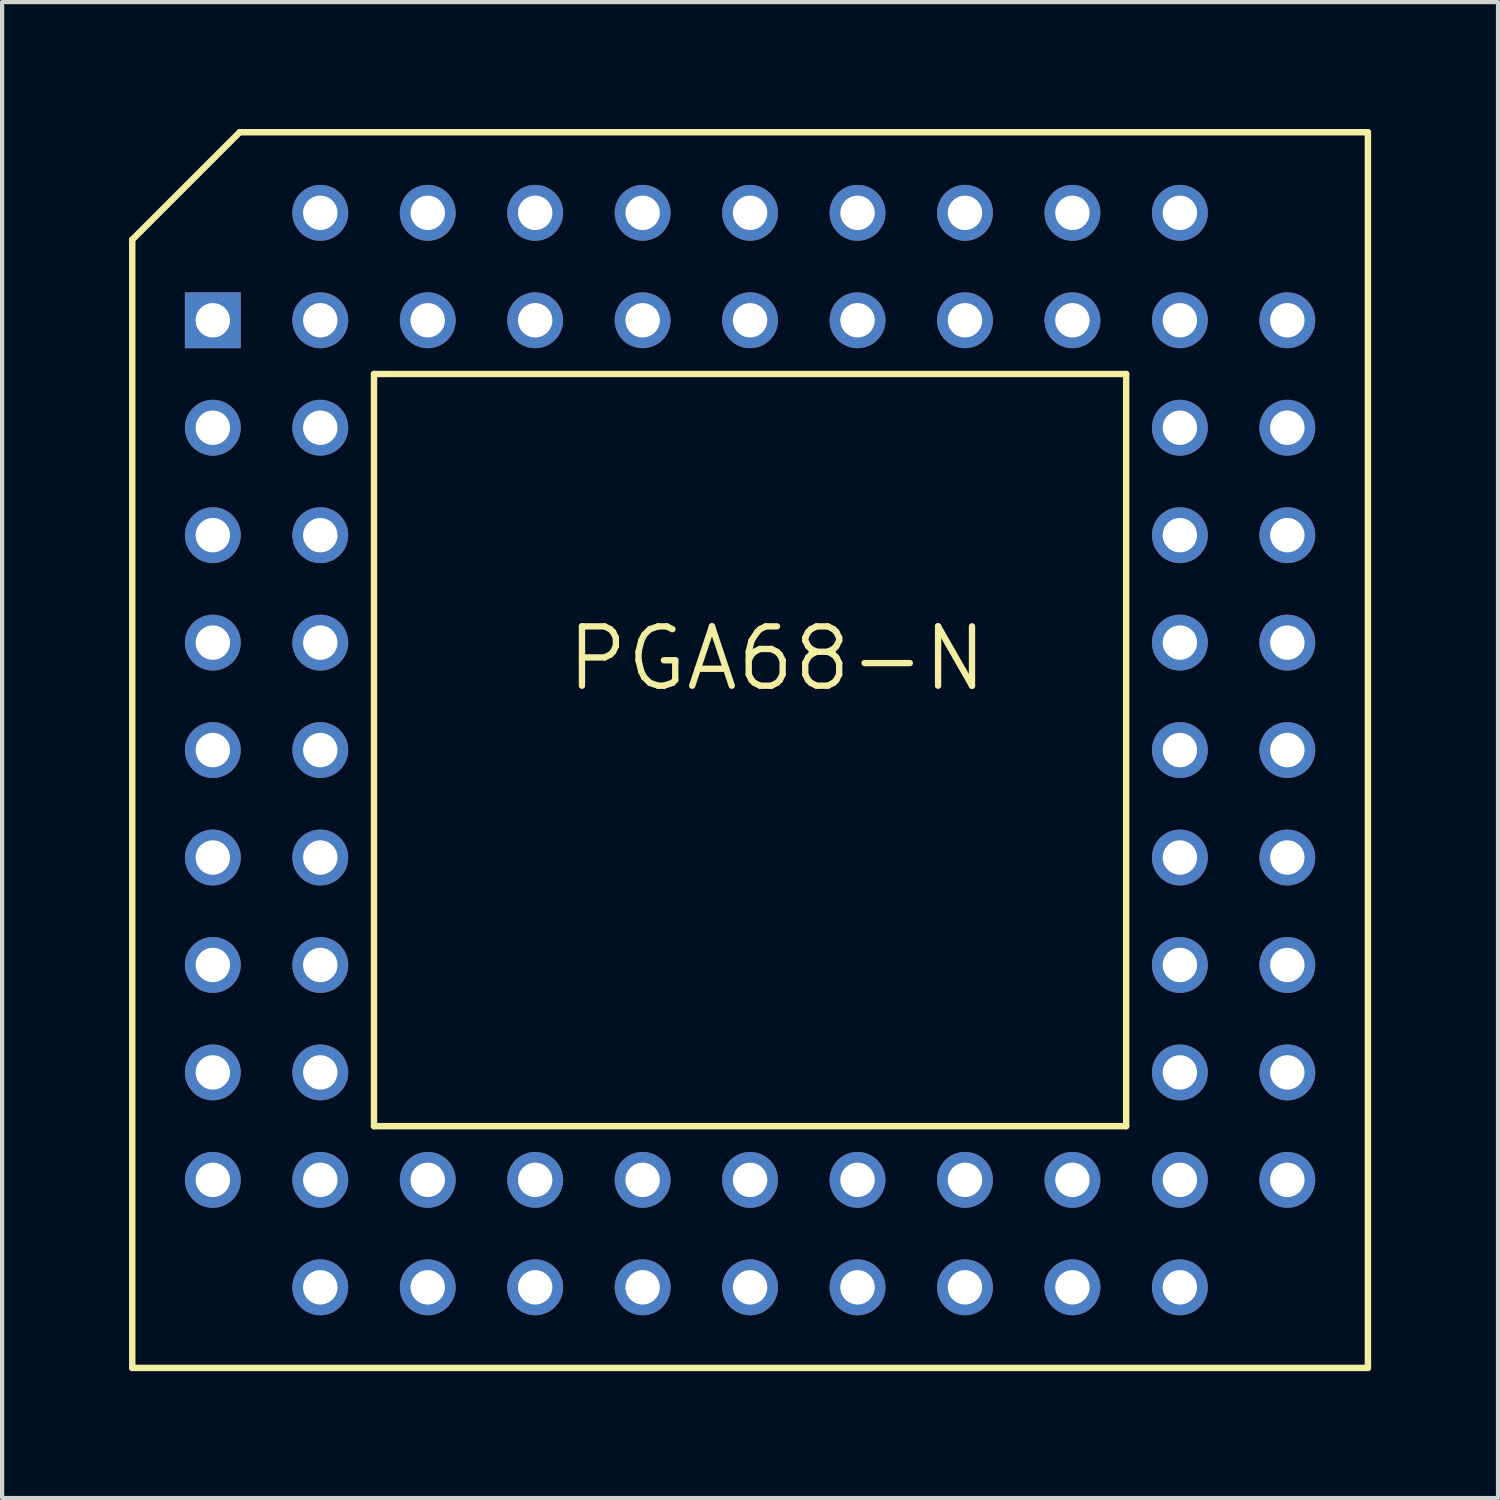
<source format=kicad_pcb>
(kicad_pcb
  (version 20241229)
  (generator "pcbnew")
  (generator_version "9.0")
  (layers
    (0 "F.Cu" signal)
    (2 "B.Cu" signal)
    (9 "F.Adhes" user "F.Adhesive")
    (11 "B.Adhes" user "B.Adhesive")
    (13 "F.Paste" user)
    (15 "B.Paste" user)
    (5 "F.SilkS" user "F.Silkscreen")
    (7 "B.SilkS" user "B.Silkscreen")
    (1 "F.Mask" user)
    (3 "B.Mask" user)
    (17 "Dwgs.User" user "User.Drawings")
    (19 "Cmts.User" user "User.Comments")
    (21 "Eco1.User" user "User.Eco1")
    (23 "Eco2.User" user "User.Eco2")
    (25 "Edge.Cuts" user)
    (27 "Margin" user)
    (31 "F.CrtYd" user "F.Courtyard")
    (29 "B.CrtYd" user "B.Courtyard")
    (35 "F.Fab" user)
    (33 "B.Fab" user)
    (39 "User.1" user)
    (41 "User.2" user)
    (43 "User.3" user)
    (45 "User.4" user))
  (footprint "PGA68-N"
    (layer "F.Cu")
    (at 14.681 14.681)
    (property "Reference" "PGA68-N" (at 0.636 -2.163 0) (layer "F.SilkS") (effects (font (size 1.403 1.403) (thickness 0.15))))
    (attr through_hole)
    (fp_line (start -14.605 -12.065) (end -12.065 -14.605) (stroke (width 0.152) (type solid)) (layer "F.SilkS"))
    (fp_line (start -14.605 14.605) (end -14.605 -12.065) (stroke (width 0.152) (type solid)) (layer "F.SilkS"))
    (fp_line (start -12.065 -14.605) (end 14.605 -14.605) (stroke (width 0.152) (type solid)) (layer "F.SilkS"))
    (fp_line (start -8.89 8.89) (end -8.89 -8.89) (stroke (width 0.152) (type solid)) (layer "F.SilkS"))
    (fp_line (start -8.89 8.89) (end 8.89 8.89) (stroke (width 0.152) (type solid)) (layer "F.SilkS"))
    (fp_line (start 8.89 -8.89) (end -8.89 -8.89) (stroke (width 0.152) (type solid)) (layer "F.SilkS"))
    (fp_line (start 8.89 -8.89) (end 8.89 8.89) (stroke (width 0.152) (type solid)) (layer "F.SilkS"))
    (fp_line (start 14.605 -14.605) (end 14.605 14.605) (stroke (width 0.152) (type solid)) (layer "F.SilkS"))
    (fp_line (start 14.605 14.605) (end -14.605 14.605) (stroke (width 0.152) (type solid)) (layer "F.SilkS"))
    (pad "1" thru_hole rect (at -12.7 -10.16) (size 1.321 1.321) (drill 0.813) (layers "*.Cu" "*.Mask"))
    (pad "2" thru_hole circle (at -10.16 -10.16) (size 1.321 1.321) (drill 0.813) (layers "*.Cu" "*.Mask"))
    (pad "3" thru_hole circle (at -12.7 -7.62) (size 1.321 1.321) (drill 0.813) (layers "*.Cu" "*.Mask"))
    (pad "4" thru_hole circle (at -10.16 -7.62) (size 1.321 1.321) (drill 0.813) (layers "*.Cu" "*.Mask"))
    (pad "5" thru_hole circle (at -12.7 -5.08) (size 1.321 1.321) (drill 0.813) (layers "*.Cu" "*.Mask"))
    (pad "6" thru_hole circle (at -10.16 -5.08) (size 1.321 1.321) (drill 0.813) (layers "*.Cu" "*.Mask"))
    (pad "7" thru_hole circle (at -12.7 -2.54) (size 1.321 1.321) (drill 0.813) (layers "*.Cu" "*.Mask"))
    (pad "8" thru_hole circle (at -10.16 -2.54) (size 1.321 1.321) (drill 0.813) (layers "*.Cu" "*.Mask"))
    (pad "9" thru_hole circle (at -12.7 0) (size 1.321 1.321) (drill 0.813) (layers "*.Cu" "*.Mask"))
    (pad "10" thru_hole circle (at -10.16 0) (size 1.321 1.321) (drill 0.813) (layers "*.Cu" "*.Mask"))
    (pad "11" thru_hole circle (at -12.7 2.54) (size 1.321 1.321) (drill 0.813) (layers "*.Cu" "*.Mask"))
    (pad "12" thru_hole circle (at -10.16 2.54) (size 1.321 1.321) (drill 0.813) (layers "*.Cu" "*.Mask"))
    (pad "13" thru_hole circle (at -12.7 5.08) (size 1.321 1.321) (drill 0.813) (layers "*.Cu" "*.Mask"))
    (pad "14" thru_hole circle (at -10.16 5.08) (size 1.321 1.321) (drill 0.813) (layers "*.Cu" "*.Mask"))
    (pad "15" thru_hole circle (at -12.7 7.62) (size 1.321 1.321) (drill 0.813) (layers "*.Cu" "*.Mask"))
    (pad "16" thru_hole circle (at -10.16 7.62) (size 1.321 1.321) (drill 0.813) (layers "*.Cu" "*.Mask"))
    (pad "17" thru_hole circle (at -12.7 10.16) (size 1.321 1.321) (drill 0.813) (layers "*.Cu" "*.Mask"))
    (pad "18" thru_hole circle (at -10.16 12.7) (size 1.321 1.321) (drill 0.813) (layers "*.Cu" "*.Mask"))
    (pad "19" thru_hole circle (at -10.16 10.16) (size 1.321 1.321) (drill 0.813) (layers "*.Cu" "*.Mask"))
    (pad "20" thru_hole circle (at -7.62 12.7) (size 1.321 1.321) (drill 0.813) (layers "*.Cu" "*.Mask"))
    (pad "21" thru_hole circle (at -7.62 10.16) (size 1.321 1.321) (drill 0.813) (layers "*.Cu" "*.Mask"))
    (pad "22" thru_hole circle (at -5.08 12.7) (size 1.321 1.321) (drill 0.813) (layers "*.Cu" "*.Mask"))
    (pad "23" thru_hole circle (at -5.08 10.16) (size 1.321 1.321) (drill 0.813) (layers "*.Cu" "*.Mask"))
    (pad "24" thru_hole circle (at -2.54 12.7) (size 1.321 1.321) (drill 0.813) (layers "*.Cu" "*.Mask"))
    (pad "25" thru_hole circle (at -2.54 10.16) (size 1.321 1.321) (drill 0.813) (layers "*.Cu" "*.Mask"))
    (pad "26" thru_hole circle (at 0 12.7) (size 1.321 1.321) (drill 0.813) (layers "*.Cu" "*.Mask"))
    (pad "27" thru_hole circle (at 0 10.16) (size 1.321 1.321) (drill 0.813) (layers "*.Cu" "*.Mask"))
    (pad "28" thru_hole circle (at 2.54 12.7) (size 1.321 1.321) (drill 0.813) (layers "*.Cu" "*.Mask"))
    (pad "29" thru_hole circle (at 2.54 10.16) (size 1.321 1.321) (drill 0.813) (layers "*.Cu" "*.Mask"))
    (pad "30" thru_hole circle (at 5.08 12.7) (size 1.321 1.321) (drill 0.813) (layers "*.Cu" "*.Mask"))
    (pad "31" thru_hole circle (at 5.08 10.16) (size 1.321 1.321) (drill 0.813) (layers "*.Cu" "*.Mask"))
    (pad "32" thru_hole circle (at 7.62 12.7) (size 1.321 1.321) (drill 0.813) (layers "*.Cu" "*.Mask"))
    (pad "33" thru_hole circle (at 7.62 10.16) (size 1.321 1.321) (drill 0.813) (layers "*.Cu" "*.Mask"))
    (pad "34" thru_hole circle (at 10.16 12.7) (size 1.321 1.321) (drill 0.813) (layers "*.Cu" "*.Mask"))
    (pad "35" thru_hole circle (at 12.7 10.16) (size 1.321 1.321) (drill 0.813) (layers "*.Cu" "*.Mask"))
    (pad "36" thru_hole circle (at 10.16 10.16) (size 1.321 1.321) (drill 0.813) (layers "*.Cu" "*.Mask"))
    (pad "37" thru_hole circle (at 12.7 7.62) (size 1.321 1.321) (drill 0.813) (layers "*.Cu" "*.Mask"))
    (pad "38" thru_hole circle (at 10.16 7.62) (size 1.321 1.321) (drill 0.813) (layers "*.Cu" "*.Mask"))
    (pad "39" thru_hole circle (at 12.7 5.08) (size 1.321 1.321) (drill 0.813) (layers "*.Cu" "*.Mask"))
    (pad "40" thru_hole circle (at 10.16 5.08) (size 1.321 1.321) (drill 0.813) (layers "*.Cu" "*.Mask"))
    (pad "41" thru_hole circle (at 12.7 2.54) (size 1.321 1.321) (drill 0.813) (layers "*.Cu" "*.Mask"))
    (pad "42" thru_hole circle (at 10.16 2.54) (size 1.321 1.321) (drill 0.813) (layers "*.Cu" "*.Mask"))
    (pad "43" thru_hole circle (at 12.7 0) (size 1.321 1.321) (drill 0.813) (layers "*.Cu" "*.Mask"))
    (pad "44" thru_hole circle (at 10.16 0) (size 1.321 1.321) (drill 0.813) (layers "*.Cu" "*.Mask"))
    (pad "45" thru_hole circle (at 12.7 -2.54) (size 1.321 1.321) (drill 0.813) (layers "*.Cu" "*.Mask"))
    (pad "46" thru_hole circle (at 10.16 -2.54) (size 1.321 1.321) (drill 0.813) (layers "*.Cu" "*.Mask"))
    (pad "47" thru_hole circle (at 12.7 -5.08) (size 1.321 1.321) (drill 0.813) (layers "*.Cu" "*.Mask"))
    (pad "48" thru_hole circle (at 10.16 -5.08) (size 1.321 1.321) (drill 0.813) (layers "*.Cu" "*.Mask"))
    (pad "49" thru_hole circle (at 12.7 -7.62) (size 1.321 1.321) (drill 0.813) (layers "*.Cu" "*.Mask"))
    (pad "50" thru_hole circle (at 10.16 -7.62) (size 1.321 1.321) (drill 0.813) (layers "*.Cu" "*.Mask"))
    (pad "51" thru_hole circle (at 12.7 -10.16) (size 1.321 1.321) (drill 0.813) (layers "*.Cu" "*.Mask"))
    (pad "52" thru_hole circle (at 10.16 -12.7) (size 1.321 1.321) (drill 0.813) (layers "*.Cu" "*.Mask"))
    (pad "53" thru_hole circle (at 10.16 -10.16) (size 1.321 1.321) (drill 0.813) (layers "*.Cu" "*.Mask"))
    (pad "54" thru_hole circle (at 7.62 -12.7) (size 1.321 1.321) (drill 0.813) (layers "*.Cu" "*.Mask"))
    (pad "55" thru_hole circle (at 7.62 -10.16) (size 1.321 1.321) (drill 0.813) (layers "*.Cu" "*.Mask"))
    (pad "56" thru_hole circle (at 5.08 -12.7) (size 1.321 1.321) (drill 0.813) (layers "*.Cu" "*.Mask"))
    (pad "57" thru_hole circle (at 5.08 -10.16) (size 1.321 1.321) (drill 0.813) (layers "*.Cu" "*.Mask"))
    (pad "58" thru_hole circle (at 2.54 -12.7) (size 1.321 1.321) (drill 0.813) (layers "*.Cu" "*.Mask"))
    (pad "59" thru_hole circle (at 2.54 -10.16) (size 1.321 1.321) (drill 0.813) (layers "*.Cu" "*.Mask"))
    (pad "60" thru_hole circle (at 0 -12.7) (size 1.321 1.321) (drill 0.813) (layers "*.Cu" "*.Mask"))
    (pad "61" thru_hole circle (at 0 -10.16) (size 1.321 1.321) (drill 0.813) (layers "*.Cu" "*.Mask"))
    (pad "62" thru_hole circle (at -2.54 -12.7) (size 1.321 1.321) (drill 0.813) (layers "*.Cu" "*.Mask"))
    (pad "63" thru_hole circle (at -2.54 -10.16) (size 1.321 1.321) (drill 0.813) (layers "*.Cu" "*.Mask"))
    (pad "64" thru_hole circle (at -5.08 -12.7) (size 1.321 1.321) (drill 0.813) (layers "*.Cu" "*.Mask"))
    (pad "65" thru_hole circle (at -5.08 -10.16) (size 1.321 1.321) (drill 0.813) (layers "*.Cu" "*.Mask"))
    (pad "66" thru_hole circle (at -7.62 -12.7) (size 1.321 1.321) (drill 0.813) (layers "*.Cu" "*.Mask"))
    (pad "67" thru_hole circle (at -7.62 -10.16) (size 1.321 1.321) (drill 0.813) (layers "*.Cu" "*.Mask"))
    (pad "68" thru_hole circle (at -10.16 -12.7) (size 1.321 1.321) (drill 0.813) (layers "*.Cu" "*.Mask")))
  (gr_rect
    (start -3 -3)
    (end 32.362 32.362)
    (stroke (width 0.1) (type default))
    (fill no)
    (layer "Edge.Cuts")))
</source>
